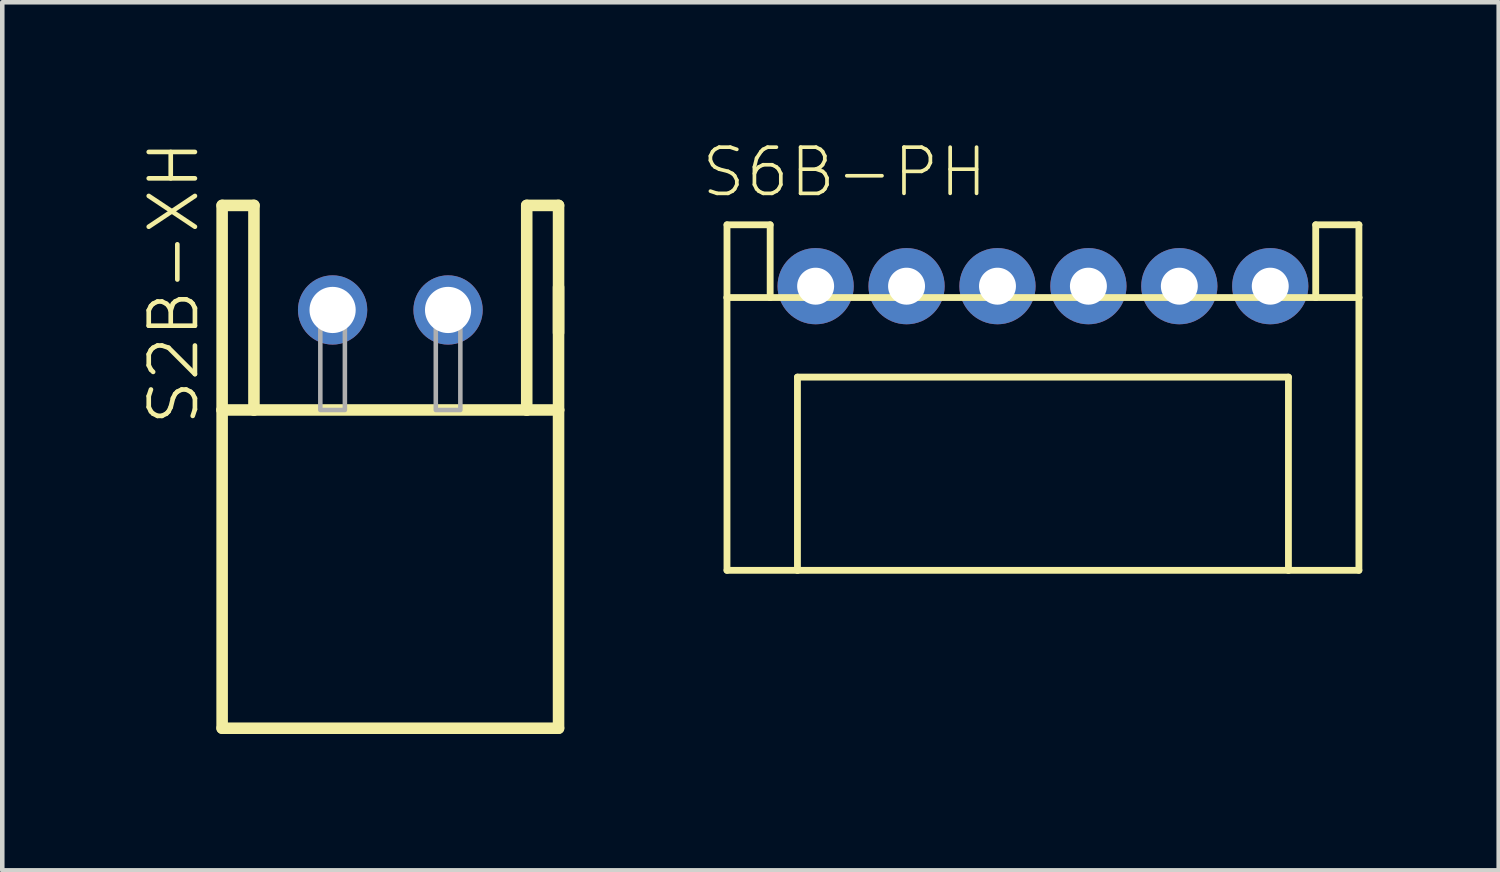
<source format=kicad_pcb>
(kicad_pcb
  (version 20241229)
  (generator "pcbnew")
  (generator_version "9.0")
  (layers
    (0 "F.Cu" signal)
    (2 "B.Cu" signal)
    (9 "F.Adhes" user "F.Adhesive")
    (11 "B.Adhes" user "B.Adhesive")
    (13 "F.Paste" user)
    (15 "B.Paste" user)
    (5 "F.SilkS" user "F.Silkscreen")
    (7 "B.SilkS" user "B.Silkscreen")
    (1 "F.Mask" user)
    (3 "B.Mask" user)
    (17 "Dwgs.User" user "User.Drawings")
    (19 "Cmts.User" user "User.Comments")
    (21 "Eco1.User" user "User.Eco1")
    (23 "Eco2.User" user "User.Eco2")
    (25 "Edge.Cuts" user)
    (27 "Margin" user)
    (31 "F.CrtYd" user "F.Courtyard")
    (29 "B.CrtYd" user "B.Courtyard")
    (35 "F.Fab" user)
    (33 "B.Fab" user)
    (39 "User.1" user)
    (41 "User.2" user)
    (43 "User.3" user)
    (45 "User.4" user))
  (footprint "S6B-PH"
    (layer "F.Cu")
    (at 19.891 3.245)
    (property "Reference" "S6B-PH" (at -4.363 -2.508 0) (layer "F.SilkS") (effects (font (size 1.016 1.016) (thickness 0.081))))
    (attr through_hole)
    (fp_line (start -6.95 -1.35) (end -6.95 0.25) (stroke (width 0.15) (type solid)) (layer "F.SilkS"))
    (fp_line (start -6.95 -1.35) (end -6 -1.35) (stroke (width 0.15) (type solid)) (layer "F.SilkS"))
    (fp_line (start -6.95 0.25) (end -6.95 6.25) (stroke (width 0.15) (type solid)) (layer "F.SilkS"))
    (fp_line (start -6.95 6.25) (end -5.4 6.25) (stroke (width 0.15) (type solid)) (layer "F.SilkS"))
    (fp_line (start -6 -1.35) (end -6 0.25) (stroke (width 0.15) (type solid)) (layer "F.SilkS"))
    (fp_line (start -6 0.25) (end -6.95 0.25) (stroke (width 0.15) (type solid)) (layer "F.SilkS"))
    (fp_line (start -6 0.25) (end 6 0.25) (stroke (width 0.15) (type solid)) (layer "F.SilkS"))
    (fp_line (start -5.4 2) (end -5.4 6.25) (stroke (width 0.15) (type solid)) (layer "F.SilkS"))
    (fp_line (start -5.4 6.25) (end 5.4 6.25) (stroke (width 0.15) (type solid)) (layer "F.SilkS"))
    (fp_line (start 5.4 2) (end -5.4 2) (stroke (width 0.15) (type solid)) (layer "F.SilkS"))
    (fp_line (start 5.4 6.25) (end 5.4 2) (stroke (width 0.15) (type solid)) (layer "F.SilkS"))
    (fp_line (start 5.4 6.25) (end 6.95 6.25) (stroke (width 0.15) (type solid)) (layer "F.SilkS"))
    (fp_line (start 6 -1.35) (end 6.95 -1.35) (stroke (width 0.15) (type solid)) (layer "F.SilkS"))
    (fp_line (start 6 0.25) (end 6 -1.35) (stroke (width 0.15) (type solid)) (layer "F.SilkS"))
    (fp_line (start 6 0.25) (end 6.95 0.25) (stroke (width 0.15) (type solid)) (layer "F.SilkS"))
    (fp_line (start 6.95 -1.35) (end 6.95 0.25) (stroke (width 0.15) (type solid)) (layer "F.SilkS"))
    (fp_line (start 6.95 0.25) (end 6.95 6.25) (stroke (width 0.15) (type solid)) (layer "F.SilkS"))
    (pad "1" thru_hole circle (at -5 0) (size 1.676 1.676) (drill 0.813) (layers "*.Cu" "*.Mask"))
    (pad "2" thru_hole circle (at -3 0) (size 1.676 1.676) (drill 0.813) (layers "*.Cu" "*.Mask"))
    (pad "3" thru_hole circle (at -1 0) (size 1.676 1.676) (drill 0.813) (layers "*.Cu" "*.Mask"))
    (pad "4" thru_hole circle (at 1 0) (size 1.676 1.676) (drill 0.813) (layers "*.Cu" "*.Mask"))
    (pad "5" thru_hole circle (at 3 0) (size 1.676 1.676) (drill 0.813) (layers "*.Cu" "*.Mask"))
    (pad "6" thru_hole circle (at 5 0) (size 1.676 1.676) (drill 0.813) (layers "*.Cu" "*.Mask")))
  (footprint "S2B-XH"
    (layer "F.Cu")
    (at 5.536 3.768)
    (property "Reference" "S2B-XH" (at -4.763 -0.597 90) (layer "F.SilkS") (effects (font (size 1.016 1.016) (thickness 0.102))))
    (attr through_hole)
    (fp_line (start -3.7 -2.3) (end -3.7 2.2) (stroke (width 0.254) (type solid)) (layer "F.SilkS"))
    (fp_line (start -3.7 2.2) (end -3.7 9.2) (stroke (width 0.254) (type solid)) (layer "F.SilkS"))
    (fp_line (start -3.7 9.2) (end 3.7 9.2) (stroke (width 0.254) (type solid)) (layer "F.SilkS"))
    (fp_line (start -3 -2.3) (end -3.7 -2.3) (stroke (width 0.254) (type solid)) (layer "F.SilkS"))
    (fp_line (start -3 -2.3) (end -3 2.2) (stroke (width 0.254) (type solid)) (layer "F.SilkS"))
    (fp_line (start -3 2.2) (end -3.7 2.2) (stroke (width 0.254) (type solid)) (layer "F.SilkS"))
    (fp_line (start 3 -2.3) (end 3 2.2) (stroke (width 0.254) (type solid)) (layer "F.SilkS"))
    (fp_line (start 3 2.2) (end -3 2.2) (stroke (width 0.254) (type solid)) (layer "F.SilkS"))
    (fp_line (start 3.7 -2.3) (end 3 -2.3) (stroke (width 0.254) (type solid)) (layer "F.SilkS"))
    (fp_line (start 3.7 -0.5) (end 3.7 0.5) (stroke (width 0.254) (type solid)) (layer "F.SilkS"))
    (fp_line (start 3.7 2.2) (end 3 2.2) (stroke (width 0.254) (type solid)) (layer "F.SilkS"))
    (fp_line (start 3.7 2.2) (end 3.7 -2.3) (stroke (width 0.254) (type solid)) (layer "F.SilkS"))
    (fp_line (start 3.7 9.2) (end 3.7 2.2) (stroke (width 0.254) (type solid)) (layer "F.SilkS"))
    (fp_poly (pts (xy -1.54 0) (xy -1 0) (xy -1 2.2) (xy -1.54 2.2)) (stroke (width 0.1) (type solid)) (fill no) (layer "F.Fab"))
    (fp_poly (pts (xy 1 0) (xy 1.54 0) (xy 1.54 2.2) (xy 1 2.2)) (stroke (width 0.1) (type solid)) (fill no) (layer "F.Fab"))
    (pad "1" thru_hole circle (at -1.27 0) (size 1.524 1.524) (drill 1.016) (layers "*.Cu" "*.Mask"))
    (pad "2" thru_hole circle (at 1.27 0) (size 1.524 1.524) (drill 1.016) (layers "*.Cu" "*.Mask")))
  (gr_rect
    (start -3 -3)
    (end 29.916 16.095)
    (stroke (width 0.1) (type default))
    (fill no)
    (layer "Edge.Cuts")))
</source>
